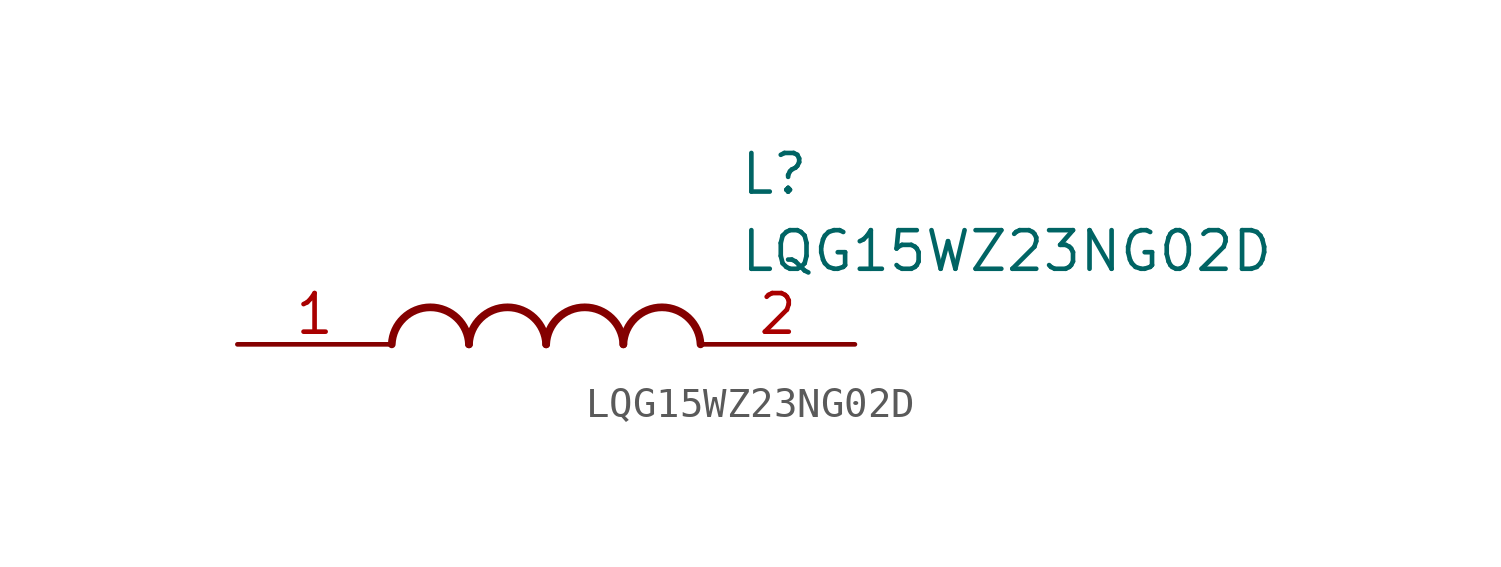
<source format=kicad_sym>
(kicad_symbol_lib
  (version 20211014)
  (generator SamacSys_ECAD_Model)
  (symbol "LQG15WZ23NG02D"
    (pin_names hide)
    (property "Reference" "L"
      (at 16.51 6.35 0)
      (effects (font (size 1.27 1.27)) (justify left top)))
    (property "Value" "LQG15WZ23NG02D"
      (at 16.51 3.81 0)
      (effects (font (size 1.27 1.27)) (justify left top)))
    (arc
      (start 7.62 0)
      (mid 6.35 1.219)
      (end 5.08 0)
      (stroke (width 0.254) (type default))
      (fill (type none)))
    (arc
      (start 10.16 0)
      (mid 8.89 1.219)
      (end 7.62 0)
      (stroke (width 0.254) (type default))
      (fill (type none)))
    (arc
      (start 12.7 0)
      (mid 11.43 1.219)
      (end 10.16 0)
      (stroke (width 0.254) (type default))
      (fill (type none)))
    (arc
      (start 15.24 0)
      (mid 13.97 1.219)
      (end 12.7 0)
      (stroke (width 0.254) (type default))
      (fill (type none)))
    (pin passive line
      (at 0 0 0)
      (length 5.08)
      (name "1" (effects (font (size 1.27 1.27))))
      (number "1" (effects (font (size 1.27 1.27)))))
    (pin passive line
      (at 20.32 0 180)
      (length 5.08)
      (name "2" (effects (font (size 1.27 1.27))))
      (number "2" (effects (font (size 1.27 1.27)))))))
</source>
